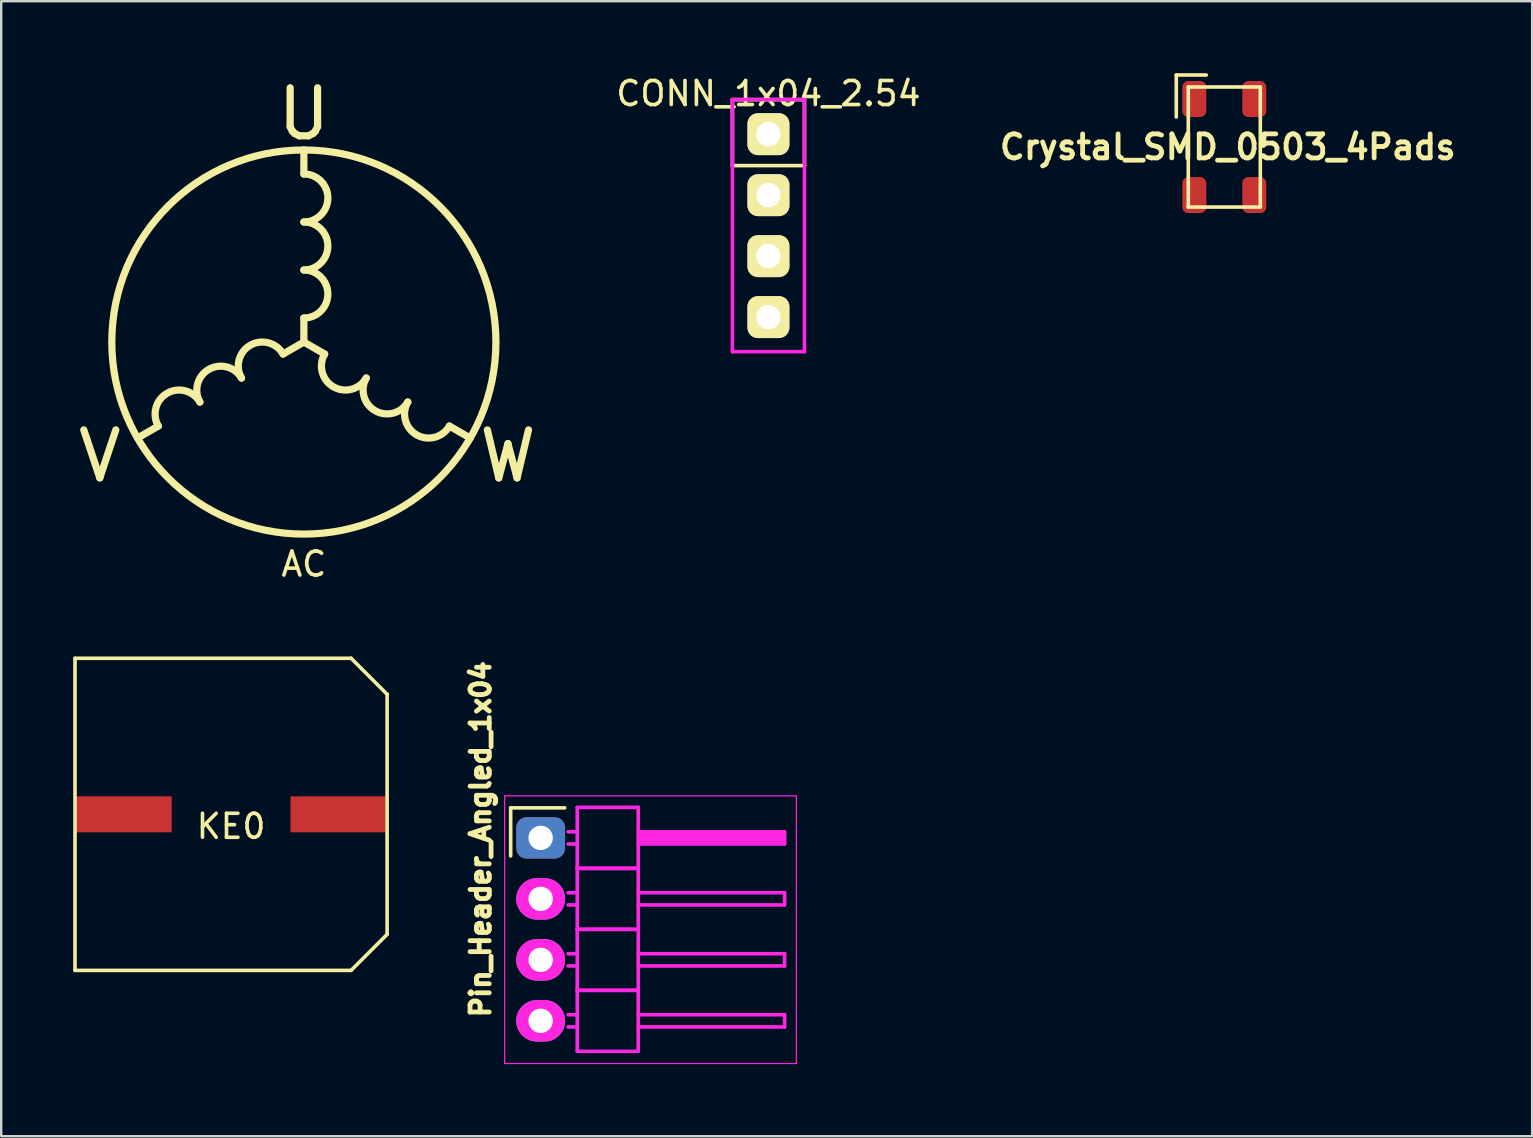
<source format=kicad_pcb>
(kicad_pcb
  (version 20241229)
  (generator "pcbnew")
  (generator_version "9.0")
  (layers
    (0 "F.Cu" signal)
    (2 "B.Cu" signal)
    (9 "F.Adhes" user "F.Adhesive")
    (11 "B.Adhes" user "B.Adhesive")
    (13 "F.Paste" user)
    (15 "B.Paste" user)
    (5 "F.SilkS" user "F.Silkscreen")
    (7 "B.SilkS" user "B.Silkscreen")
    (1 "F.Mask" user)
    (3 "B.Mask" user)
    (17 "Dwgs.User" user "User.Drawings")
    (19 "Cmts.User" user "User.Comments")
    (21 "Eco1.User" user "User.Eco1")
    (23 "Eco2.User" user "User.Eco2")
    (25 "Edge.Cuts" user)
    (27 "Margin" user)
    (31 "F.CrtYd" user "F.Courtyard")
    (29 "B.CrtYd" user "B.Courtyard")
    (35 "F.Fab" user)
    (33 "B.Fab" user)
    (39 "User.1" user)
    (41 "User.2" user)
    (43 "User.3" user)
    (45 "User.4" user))
  (footprint "CONN_1x04_2.54"
    (layer "F.Cu")
    (at 28.958 6.348)
    (property "Reference" "CONN_1x04_2.54" (at 0 -5.5 0) (layer "F.SilkS") (effects (font (size 1 1) (thickness 0.15))))
    (attr through_hole)
    (fp_line (start -1.5 -5.25) (end 1.5 -5.25) (stroke (width 0.15) (type solid)) (layer "F.SilkS"))
    (fp_line (start -1.5 -2.5) (end -1.5 -5.25) (stroke (width 0.15) (type solid)) (layer "F.SilkS"))
    (fp_line (start 1.5 -5.25) (end 1.5 -2.5) (stroke (width 0.15) (type solid)) (layer "F.SilkS"))
    (fp_line (start 1.5 -2.5) (end -1.5 -2.5) (stroke (width 0.15) (type solid)) (layer "F.SilkS"))
    (fp_line (start -1.5 -5.25) (end 1.5 -5.25) (stroke (width 0.15) (type solid)) (layer "F.CrtYd"))
    (fp_line (start -1.5 5.25) (end -1.5 -5.25) (stroke (width 0.15) (type solid)) (layer "F.CrtYd"))
    (fp_line (start 1.5 -5.25) (end 1.5 5.25) (stroke (width 0.15) (type solid)) (layer "F.CrtYd"))
    (fp_line (start 1.5 5.25) (end -1.5 5.25) (stroke (width 0.15) (type solid)) (layer "F.CrtYd"))
    (pad "1" thru_hole roundrect (at 0 -3.81) (size 1.75 1.75) (drill 1.016) (layers "*.Cu" "*.Mask" "F.SilkS") (roundrect_rratio 0.25))
    (pad "2" thru_hole roundrect (at 0 -1.27) (size 1.75 1.75) (drill 1.016) (layers "*.Cu" "*.Mask" "F.SilkS") (roundrect_rratio 0.25))
    (pad "3" thru_hole roundrect (at 0 1.27) (size 1.75 1.75) (drill 1.016) (layers "*.Cu" "*.Mask" "F.SilkS") (roundrect_rratio 0.25))
    (pad "4" thru_hole roundrect (at 0 3.81) (size 1.75 1.75) (drill 1.016) (layers "*.Cu" "*.Mask" "F.SilkS") (roundrect_rratio 0.25)))
  (footprint "KE0"
    (layer "F.Cu")
    (at 6.575 30.87)
    (property "Reference" "KE0" (at 0 0.5 0) (layer "F.SilkS") (effects (font (size 1 1) (thickness 0.15))))
    (attr through_hole)
    (fp_line (start -6.5 -6.5) (end -6.5 6.5) (stroke (width 0.15) (type solid)) (layer "F.SilkS"))
    (fp_line (start -6.5 6.5) (end 5 6.5) (stroke (width 0.15) (type solid)) (layer "F.SilkS"))
    (fp_line (start 5 -6.5) (end -6.5 -6.5) (stroke (width 0.15) (type solid)) (layer "F.SilkS"))
    (fp_line (start 5 -6.5) (end 6.5 -5) (stroke (width 0.15) (type solid)) (layer "F.SilkS"))
    (fp_line (start 5 6.5) (end 6.5 5) (stroke (width 0.15) (type solid)) (layer "F.SilkS"))
    (fp_line (start 6.5 5) (end 6.5 -5) (stroke (width 0.15) (type solid)) (layer "F.SilkS"))
    (pad "1" smd rect (at -4.475 0) (size 4 1.5) (layers "F.Cu" "F.Mask" "F.Paste"))
    (pad "2" smd rect (at 4.475 0) (size 4 1.5) (layers "F.Cu" "F.Mask" "F.Paste")))
  (footprint "Crystal_SMD_0503_4Pads"
    (layer "F.Cu")
    (at 47.947 3.075)
    (property "Reference" "Crystal_SMD_0503_4Pads" (at 0.146 0 0) (layer "F.SilkS") (effects (font (size 1 1) (thickness 0.2))))
    (attr smd)
    (fp_line (start -2 -3) (end -2 -1.25) (stroke (width 0.15) (type solid)) (layer "F.SilkS"))
    (fp_line (start -1.5 -2.5) (end 1.5 -2.5) (stroke (width 0.15) (type solid)) (layer "F.SilkS"))
    (fp_line (start -1.5 2.5) (end -1.5 -2.5) (stroke (width 0.15) (type solid)) (layer "F.SilkS"))
    (fp_line (start -0.75 -3) (end -2 -3) (stroke (width 0.15) (type solid)) (layer "F.SilkS"))
    (fp_line (start 1.5 -2.5) (end 1.5 2.5) (stroke (width 0.15) (type solid)) (layer "F.SilkS"))
    (fp_line (start 1.5 2.5) (end -1.5 2.5) (stroke (width 0.15) (type solid)) (layer "F.SilkS"))
    (pad "1" smd roundrect (at -1.25 -2 270) (size 1.5 1) (layers "F.Cu" "F.Mask" "F.Paste") (roundrect_rratio 0.25))
    (pad "2" smd roundrect (at 1.25 2 270) (size 1.5 1) (layers "F.Cu" "F.Mask" "F.Paste") (roundrect_rratio 0.25))
    (pad "3" smd roundrect (at -1.25 2 270) (size 1.5 1) (layers "F.Cu" "F.Mask" "F.Paste") (roundrect_rratio 0.25))
    (pad "3" smd roundrect (at 1.25 -2 270) (size 1.5 1) (layers "F.Cu" "F.Mask" "F.Paste") (roundrect_rratio 0.25)))
  (footprint "AC"
    (layer "F.Cu")
    (at 9.607 11.197)
    (property "Reference" "AC" (at 0 9.25 0) (layer "F.SilkS") (effects (font (size 1 1) (thickness 0.15))))
    (attr through_hole)
    (fp_line (start -6.062 3.5) (end -6.928 4) (stroke (width 0.3) (type solid)) (layer "F.SilkS"))
    (fp_line (start 0 -7) (end 0 -8) (stroke (width 0.3) (type solid)) (layer "F.SilkS"))
    (fp_line (start 0 0) (end 0 -1) (stroke (width 0.3) (type solid)) (layer "F.SilkS"))
    (fp_line (start 0.000102 0.000013) (end -0.866 0.5) (stroke (width 0.3) (type solid)) (layer "F.SilkS"))
    (fp_line (start 0.866 0.5) (end -0.000103 0.000012) (stroke (width 0.3) (type solid)) (layer "F.SilkS"))
    (fp_line (start 6.928 4) (end 6.062 3.5) (stroke (width 0.3) (type solid)) (layer "F.SilkS"))
    (fp_arc (start -6.062076 3.500013) (mid -5.696051 2.133988) (end -4.330026 2.500013) (stroke (width 0.3) (type solid)) (layer "F.SilkS"))
    (fp_arc (start -4.330025 2.500013) (mid -3.964 1.133988) (end -2.597975 1.500013) (stroke (width 0.3) (type solid)) (layer "F.SilkS"))
    (fp_arc (start -2.597975 1.500013) (mid -2.231949 0.133987) (end -0.865923 0.500013) (stroke (width 0.3) (type solid)) (layer "F.SilkS"))
    (fp_arc (start 0 -7) (mid 1 -6) (end 0 -5) (stroke (width 0.3) (type solid)) (layer "F.SilkS"))
    (fp_arc (start 0 -5) (mid 1 -4) (end 0 -3) (stroke (width 0.3) (type solid)) (layer "F.SilkS"))
    (fp_arc (start 0 -3) (mid 1 -2) (end 0 -1) (stroke (width 0.3) (type solid)) (layer "F.SilkS"))
    (fp_arc (start 2.597973 1.500011) (mid 1.231949 1.866037) (end 0.865923 0.500013) (stroke (width 0.3) (type solid)) (layer "F.SilkS"))
    (fp_arc (start 4.330024 2.500013) (mid 2.963999 2.866038) (end 2.597974 1.500013) (stroke (width 0.3) (type solid)) (layer "F.SilkS"))
    (fp_arc (start 6.062076 3.500014) (mid 4.696049 3.866039) (end 4.330024 2.500012) (stroke (width 0.3) (type solid)) (layer "F.SilkS"))
    (fp_circle (center 0 0) (end 0 -8) (stroke (width 0.3) (type solid)) (fill no) (layer "F.SilkS"))
    (fp_text user "U" (at 0 -9.5 0) (layer "F.SilkS") (effects (font (size 2 2) (thickness 0.3))))
    (fp_text user "W" (at 8.5 4.75 0) (layer "F.SilkS") (effects (font (size 2 2) (thickness 0.3))))
    (fp_text user "V" (at -8.5 4.75 0) (layer "F.SilkS") (effects (font (size 2 2) (thickness 0.3)))))
  (footprint "Pin_Header_Angled_1x04"
    (layer "F.Cu")
    (at 19.471 31.851)
    (property "Reference" "Pin_Header_Angled_1x04" (at -2.502 0.054 90) (layer "F.SilkS") (effects (font (size 0.8 0.8) (thickness 0.2))))
    (attr through_hole)
    (fp_line (start -1.25 -1.25) (end -1.25 0.75) (stroke (width 0.15) (type solid)) (layer "F.SilkS"))
    (fp_line (start 1 -1.25) (end -1.25 -1.25) (stroke (width 0.15) (type solid)) (layer "F.SilkS"))
    (fp_line (start -1.5 -1.75) (end -1.5 9.4) (stroke (width 0.05) (type solid)) (layer "F.CrtYd"))
    (fp_line (start -1.5 -1.75) (end 10.65 -1.75) (stroke (width 0.05) (type solid)) (layer "F.CrtYd"))
    (fp_line (start -1.5 9.4) (end 10.65 9.4) (stroke (width 0.05) (type solid)) (layer "F.CrtYd"))
    (fp_line (start 1.524 -1.27) (end 1.524 1.27) (stroke (width 0.15) (type solid)) (layer "F.CrtYd"))
    (fp_line (start 1.524 -1.27) (end 4.064 -1.27) (stroke (width 0.15) (type solid)) (layer "F.CrtYd"))
    (fp_line (start 1.524 -0.254) (end 1.143 -0.254) (stroke (width 0.15) (type solid)) (layer "F.CrtYd"))
    (fp_line (start 1.524 0.254) (end 1.143 0.254) (stroke (width 0.15) (type solid)) (layer "F.CrtYd"))
    (fp_line (start 1.524 1.27) (end 1.524 3.81) (stroke (width 0.15) (type solid)) (layer "F.CrtYd"))
    (fp_line (start 1.524 1.27) (end 4.064 1.27) (stroke (width 0.15) (type solid)) (layer "F.CrtYd"))
    (fp_line (start 1.524 1.27) (end 4.064 1.27) (stroke (width 0.15) (type solid)) (layer "F.CrtYd"))
    (fp_line (start 1.524 2.286) (end 1.143 2.286) (stroke (width 0.15) (type solid)) (layer "F.CrtYd"))
    (fp_line (start 1.524 2.794) (end 1.143 2.794) (stroke (width 0.15) (type solid)) (layer "F.CrtYd"))
    (fp_line (start 1.524 3.81) (end 1.524 6.35) (stroke (width 0.15) (type solid)) (layer "F.CrtYd"))
    (fp_line (start 1.524 3.81) (end 4.064 3.81) (stroke (width 0.15) (type solid)) (layer "F.CrtYd"))
    (fp_line (start 1.524 3.81) (end 4.064 3.81) (stroke (width 0.15) (type solid)) (layer "F.CrtYd"))
    (fp_line (start 1.524 4.826) (end 1.143 4.826) (stroke (width 0.15) (type solid)) (layer "F.CrtYd"))
    (fp_line (start 1.524 5.334) (end 1.143 5.334) (stroke (width 0.15) (type solid)) (layer "F.CrtYd"))
    (fp_line (start 1.524 6.35) (end 1.524 8.89) (stroke (width 0.15) (type solid)) (layer "F.CrtYd"))
    (fp_line (start 1.524 6.35) (end 4.064 6.35) (stroke (width 0.15) (type solid)) (layer "F.CrtYd"))
    (fp_line (start 1.524 6.35) (end 4.064 6.35) (stroke (width 0.15) (type solid)) (layer "F.CrtYd"))
    (fp_line (start 1.524 7.366) (end 1.143 7.366) (stroke (width 0.15) (type solid)) (layer "F.CrtYd"))
    (fp_line (start 1.524 7.874) (end 1.143 7.874) (stroke (width 0.15) (type solid)) (layer "F.CrtYd"))
    (fp_line (start 1.524 8.89) (end 4.064 8.89) (stroke (width 0.15) (type solid)) (layer "F.CrtYd"))
    (fp_line (start 4.064 -0.254) (end 10.16 -0.254) (stroke (width 0.15) (type solid)) (layer "F.CrtYd"))
    (fp_line (start 4.064 1.27) (end 4.064 -1.27) (stroke (width 0.15) (type solid)) (layer "F.CrtYd"))
    (fp_line (start 4.064 2.286) (end 10.16 2.286) (stroke (width 0.15) (type solid)) (layer "F.CrtYd"))
    (fp_line (start 4.064 3.81) (end 4.064 1.27) (stroke (width 0.15) (type solid)) (layer "F.CrtYd"))
    (fp_line (start 4.064 4.826) (end 10.16 4.826) (stroke (width 0.15) (type solid)) (layer "F.CrtYd"))
    (fp_line (start 4.064 6.35) (end 4.064 3.81) (stroke (width 0.15) (type solid)) (layer "F.CrtYd"))
    (fp_line (start 4.064 7.366) (end 10.16 7.366) (stroke (width 0.15) (type solid)) (layer "F.CrtYd"))
    (fp_line (start 4.064 8.89) (end 4.064 6.35) (stroke (width 0.15) (type solid)) (layer "F.CrtYd"))
    (fp_line (start 4.191 -0.127) (end 10.033 -0.127) (stroke (width 0.15) (type solid)) (layer "F.CrtYd"))
    (fp_line (start 4.191 0) (end 10.033 0) (stroke (width 0.15) (type solid)) (layer "F.CrtYd"))
    (fp_line (start 4.191 0.127) (end 4.191 0) (stroke (width 0.15) (type solid)) (layer "F.CrtYd"))
    (fp_line (start 10.033 -0.127) (end 10.033 0.127) (stroke (width 0.15) (type solid)) (layer "F.CrtYd"))
    (fp_line (start 10.033 0.127) (end 4.191 0.127) (stroke (width 0.15) (type solid)) (layer "F.CrtYd"))
    (fp_line (start 10.16 -0.254) (end 10.16 0.254) (stroke (width 0.15) (type solid)) (layer "F.CrtYd"))
    (fp_line (start 10.16 0.254) (end 4.064 0.254) (stroke (width 0.15) (type solid)) (layer "F.CrtYd"))
    (fp_line (start 10.16 2.286) (end 10.16 2.794) (stroke (width 0.15) (type solid)) (layer "F.CrtYd"))
    (fp_line (start 10.16 2.794) (end 4.064 2.794) (stroke (width 0.15) (type solid)) (layer "F.CrtYd"))
    (fp_line (start 10.16 4.826) (end 10.16 5.334) (stroke (width 0.15) (type solid)) (layer "F.CrtYd"))
    (fp_line (start 10.16 5.334) (end 4.064 5.334) (stroke (width 0.15) (type solid)) (layer "F.CrtYd"))
    (fp_line (start 10.16 7.366) (end 10.16 7.874) (stroke (width 0.15) (type solid)) (layer "F.CrtYd"))
    (fp_line (start 10.16 7.874) (end 4.064 7.874) (stroke (width 0.15) (type solid)) (layer "F.CrtYd"))
    (fp_line (start 10.65 -1.75) (end 10.65 9.4) (stroke (width 0.05) (type solid)) (layer "F.CrtYd"))
    (pad "1" thru_hole roundrect (at 0 0) (size 2.032 1.727) (drill 1.016) (layers "*.Cu" "*.Mask") (roundrect_rratio 0.25))
    (pad "2" thru_hole oval (at 0 2.54) (size 2.032 1.727) (drill 1.016) (layers "*.Cu" "*.Mask" "F.CrtYd"))
    (pad "3" thru_hole oval (at 0 5.08) (size 2.032 1.727) (drill 1.016) (layers "*.Cu" "*.Mask" "F.CrtYd"))
    (pad "4" thru_hole oval (at 0 7.62) (size 2.032 1.727) (drill 1.016) (layers "*.Cu" "*.Mask" "F.CrtYd")))
  (gr_rect
    (start -3 -3)
    (end 60.769 44.276)
    (stroke (width 0.1) (type default))
    (fill no)
    (layer "Edge.Cuts")))
</source>
